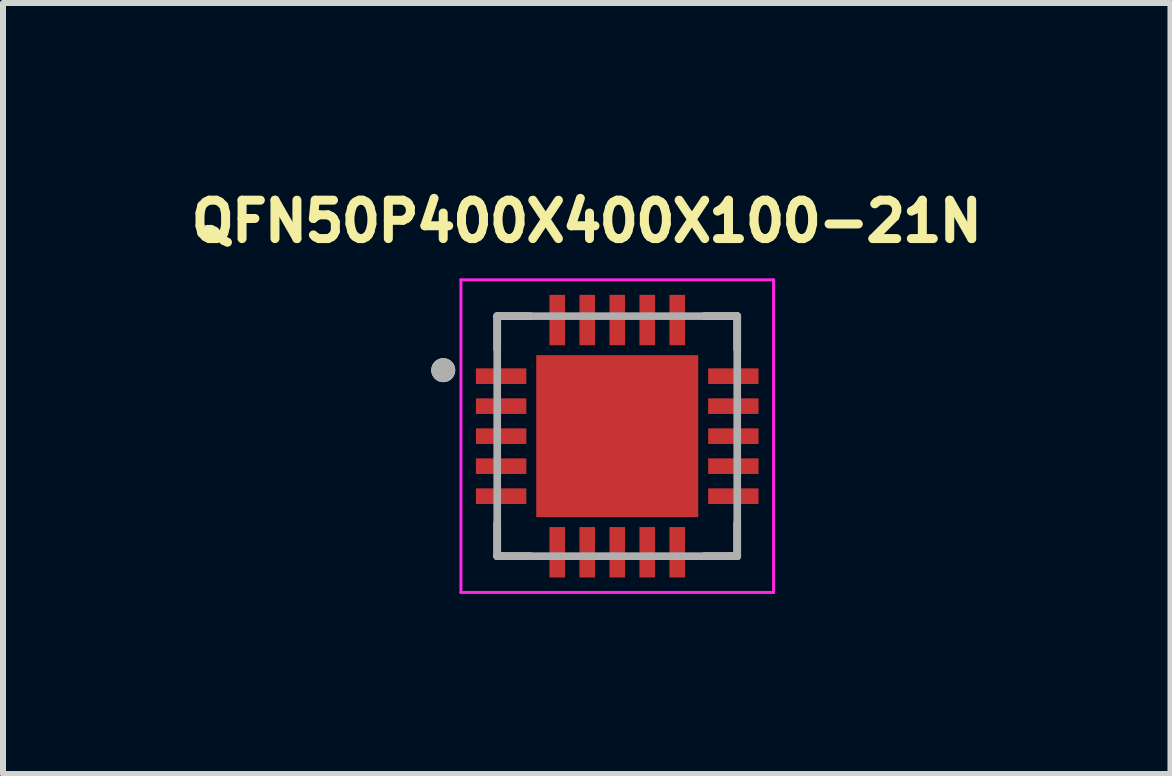
<source format=kicad_pcb>
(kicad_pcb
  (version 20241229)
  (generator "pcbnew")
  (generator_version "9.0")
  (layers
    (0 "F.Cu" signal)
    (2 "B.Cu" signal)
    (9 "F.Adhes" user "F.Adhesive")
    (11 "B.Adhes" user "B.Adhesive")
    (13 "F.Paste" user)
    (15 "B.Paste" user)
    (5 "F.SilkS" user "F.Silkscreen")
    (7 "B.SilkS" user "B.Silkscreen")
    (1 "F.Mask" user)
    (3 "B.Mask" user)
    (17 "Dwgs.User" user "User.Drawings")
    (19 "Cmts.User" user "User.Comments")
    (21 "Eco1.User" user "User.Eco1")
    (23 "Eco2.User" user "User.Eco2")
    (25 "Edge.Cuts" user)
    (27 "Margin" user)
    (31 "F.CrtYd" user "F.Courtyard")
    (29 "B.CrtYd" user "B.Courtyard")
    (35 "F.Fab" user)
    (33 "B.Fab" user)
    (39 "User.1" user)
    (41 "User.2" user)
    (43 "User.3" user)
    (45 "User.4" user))
  (footprint "QFN50P400X400X100-21N"
    (layer "F.Cu")
    (at 7.237 4.219)
    (property "Reference" "QFN50P400X400X100-21N" (at -0.508 -3.581 0) (layer "F.SilkS") (effects (font (size 0.64 0.64) (thickness 0.15))))
    (attr through_hole)
    (fp_line (start -2 -2) (end -2 -1.45) (stroke (width 0.127) (type solid)) (layer "F.SilkS"))
    (fp_line (start -2 -2) (end -1.45 -2) (stroke (width 0.127) (type solid)) (layer "F.SilkS"))
    (fp_line (start -2 2) (end -2 1.45) (stroke (width 0.127) (type solid)) (layer "F.SilkS"))
    (fp_line (start -2 2) (end -1.45 2) (stroke (width 0.127) (type solid)) (layer "F.SilkS"))
    (fp_line (start 1.45 -2) (end 2 -2) (stroke (width 0.127) (type solid)) (layer "F.SilkS"))
    (fp_line (start 2 -2) (end 2 -1.45) (stroke (width 0.127) (type solid)) (layer "F.SilkS"))
    (fp_line (start 2 1.45) (end 2 2) (stroke (width 0.127) (type solid)) (layer "F.SilkS"))
    (fp_line (start 2 2) (end 1.45 2) (stroke (width 0.127) (type solid)) (layer "F.SilkS"))
    (fp_circle (center -2.9 -1.1) (end -2.8 -1.1) (stroke (width 0.2) (type solid)) (fill no) (layer "F.SilkS"))
    (fp_poly (pts (xy -1.09 -1.09) (xy -0.13 -1.09) (xy -0.13 -0.13) (xy -1.09 -0.13)) (stroke (width 0.01) (type solid)) (fill yes) (layer "F.Paste"))
    (fp_poly (pts (xy -1.09 0.13) (xy -0.13 0.13) (xy -0.13 1.09) (xy -1.09 1.09)) (stroke (width 0.01) (type solid)) (fill yes) (layer "F.Paste"))
    (fp_poly (pts (xy 0.13 -1.09) (xy 1.09 -1.09) (xy 1.09 -0.13) (xy 0.13 -0.13)) (stroke (width 0.01) (type solid)) (fill yes) (layer "F.Paste"))
    (fp_poly (pts (xy 0.13 0.13) (xy 1.09 0.13) (xy 1.09 1.09) (xy 0.13 1.09)) (stroke (width 0.01) (type solid)) (fill yes) (layer "F.Paste"))
    (fp_line (start -2.605 -2.605) (end 2.605 -2.605) (stroke (width 0.05) (type solid)) (layer "F.CrtYd"))
    (fp_line (start -2.605 2.605) (end -2.605 -2.605) (stroke (width 0.05) (type solid)) (layer "F.CrtYd"))
    (fp_line (start 2.605 -2.605) (end 2.605 2.605) (stroke (width 0.05) (type solid)) (layer "F.CrtYd"))
    (fp_line (start 2.605 2.605) (end -2.605 2.605) (stroke (width 0.05) (type solid)) (layer "F.CrtYd"))
    (fp_line (start -2 -2) (end -2 2) (stroke (width 0.127) (type solid)) (layer "F.Fab"))
    (fp_line (start -2 2) (end 2 2) (stroke (width 0.127) (type solid)) (layer "F.Fab"))
    (fp_line (start 2 -2) (end -2 -2) (stroke (width 0.127) (type solid)) (layer "F.Fab"))
    (fp_line (start 2 2) (end 2 -2) (stroke (width 0.127) (type solid)) (layer "F.Fab"))
    (fp_circle (center -2.9 -1.1) (end -2.8 -1.1) (stroke (width 0.2) (type solid)) (fill no) (layer "F.Fab"))
    (pad "1" smd rect (at -1.935 -1) (size 0.84 0.26) (layers "F.Cu" "F.Mask" "F.Paste"))
    (pad "2" smd rect (at -1.935 -0.5) (size 0.84 0.26) (layers "F.Cu" "F.Mask" "F.Paste"))
    (pad "3" smd rect (at -1.935 0) (size 0.84 0.26) (layers "F.Cu" "F.Mask" "F.Paste"))
    (pad "4" smd rect (at -1.935 0.5) (size 0.84 0.26) (layers "F.Cu" "F.Mask" "F.Paste"))
    (pad "5" smd rect (at -1.935 1) (size 0.84 0.26) (layers "F.Cu" "F.Mask" "F.Paste"))
    (pad "6" smd rect (at -1 1.935) (size 0.26 0.84) (layers "F.Cu" "F.Mask" "F.Paste"))
    (pad "7" smd rect (at -0.5 1.935) (size 0.26 0.84) (layers "F.Cu" "F.Mask" "F.Paste"))
    (pad "8" smd rect (at 0 1.935) (size 0.26 0.84) (layers "F.Cu" "F.Mask" "F.Paste"))
    (pad "9" smd rect (at 0.5 1.935) (size 0.26 0.84) (layers "F.Cu" "F.Mask" "F.Paste"))
    (pad "10" smd rect (at 1 1.935) (size 0.26 0.84) (layers "F.Cu" "F.Mask" "F.Paste"))
    (pad "11" smd rect (at 1.935 1) (size 0.84 0.26) (layers "F.Cu" "F.Mask" "F.Paste"))
    (pad "12" smd rect (at 1.935 0.5) (size 0.84 0.26) (layers "F.Cu" "F.Mask" "F.Paste"))
    (pad "13" smd rect (at 1.935 0) (size 0.84 0.26) (layers "F.Cu" "F.Mask" "F.Paste"))
    (pad "14" smd rect (at 1.935 -0.5) (size 0.84 0.26) (layers "F.Cu" "F.Mask" "F.Paste"))
    (pad "15" smd rect (at 1.935 -1) (size 0.84 0.26) (layers "F.Cu" "F.Mask" "F.Paste"))
    (pad "16" smd rect (at 1 -1.935) (size 0.26 0.84) (layers "F.Cu" "F.Mask" "F.Paste"))
    (pad "17" smd rect (at 0.5 -1.935) (size 0.26 0.84) (layers "F.Cu" "F.Mask" "F.Paste"))
    (pad "18" smd rect (at 0 -1.935) (size 0.26 0.84) (layers "F.Cu" "F.Mask" "F.Paste"))
    (pad "19" smd rect (at -0.5 -1.935) (size 0.26 0.84) (layers "F.Cu" "F.Mask" "F.Paste"))
    (pad "20" smd rect (at -1 -1.935) (size 0.26 0.84) (layers "F.Cu" "F.Mask" "F.Paste"))
    (pad "21" smd rect (at 0 0) (size 2.7 2.7) (layers "F.Cu" "F.Mask")))
  (gr_rect
    (start -3 -3)
    (end 16.457 9.849)
    (stroke (width 0.1) (type default))
    (fill no)
    (layer "Edge.Cuts")))
</source>
